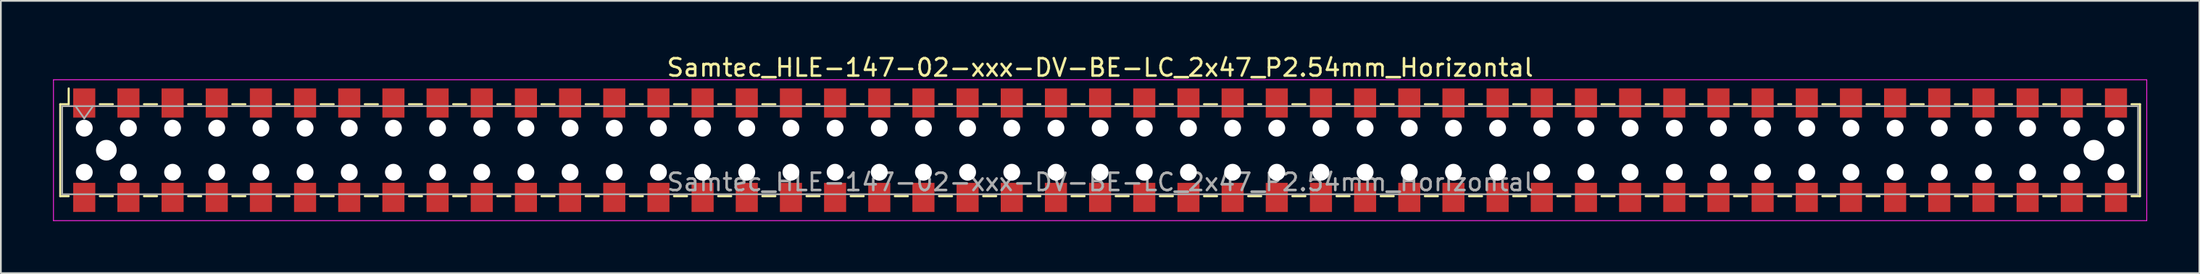
<source format=kicad_pcb>
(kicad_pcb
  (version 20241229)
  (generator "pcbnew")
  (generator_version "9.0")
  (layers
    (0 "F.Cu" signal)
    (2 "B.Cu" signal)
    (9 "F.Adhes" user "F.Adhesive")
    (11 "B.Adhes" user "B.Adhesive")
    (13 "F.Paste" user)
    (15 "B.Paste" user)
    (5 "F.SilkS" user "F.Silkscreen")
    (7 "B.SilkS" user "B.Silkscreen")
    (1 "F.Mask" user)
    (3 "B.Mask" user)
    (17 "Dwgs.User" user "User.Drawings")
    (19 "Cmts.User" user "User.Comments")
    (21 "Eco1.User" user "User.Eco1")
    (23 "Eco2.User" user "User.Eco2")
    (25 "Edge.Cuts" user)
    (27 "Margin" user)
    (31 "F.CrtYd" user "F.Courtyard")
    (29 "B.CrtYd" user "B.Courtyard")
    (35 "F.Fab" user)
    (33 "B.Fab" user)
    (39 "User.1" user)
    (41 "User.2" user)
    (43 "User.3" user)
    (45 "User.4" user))
  (footprint "Samtec_HLE-147-02-xxx-DV-BE-LC_2x47_P2.54mm_Horizontal"
    (layer "F.Cu")
    (at 60.215 5.608)
    (property "Reference" "Samtec_HLE-147-02-xxx-DV-BE-LC_2x47_P2.54mm_Horizontal" (at 0 -4.76 0) (layer "F.SilkS") (effects (font (size 1 1) (thickness 0.15))))
    (attr smd)
    (fp_line (start -59.8 -2.65) (end -59.8 2.65) (stroke (width 0.12) (type solid)) (layer "F.SilkS"))
    (fp_line (start -59.8 2.65) (end -59.315 2.65) (stroke (width 0.12) (type solid)) (layer "F.SilkS"))
    (fp_line (start -59.315 -3.56) (end -59.315 -2.65) (stroke (width 0.12) (type solid)) (layer "F.SilkS"))
    (fp_line (start -59.315 -2.65) (end -59.8 -2.65) (stroke (width 0.12) (type solid)) (layer "F.SilkS"))
    (fp_line (start -57.525 -2.65) (end -56.775 -2.65) (stroke (width 0.12) (type solid)) (layer "F.SilkS"))
    (fp_line (start -57.525 2.65) (end -56.775 2.65) (stroke (width 0.12) (type solid)) (layer "F.SilkS"))
    (fp_line (start -54.985 -2.65) (end -54.235 -2.65) (stroke (width 0.12) (type solid)) (layer "F.SilkS"))
    (fp_line (start -54.985 2.65) (end -54.235 2.65) (stroke (width 0.12) (type solid)) (layer "F.SilkS"))
    (fp_line (start -52.445 -2.65) (end -51.695 -2.65) (stroke (width 0.12) (type solid)) (layer "F.SilkS"))
    (fp_line (start -52.445 2.65) (end -51.695 2.65) (stroke (width 0.12) (type solid)) (layer "F.SilkS"))
    (fp_line (start -49.905 -2.65) (end -49.155 -2.65) (stroke (width 0.12) (type solid)) (layer "F.SilkS"))
    (fp_line (start -49.905 2.65) (end -49.155 2.65) (stroke (width 0.12) (type solid)) (layer "F.SilkS"))
    (fp_line (start -47.365 -2.65) (end -46.615 -2.65) (stroke (width 0.12) (type solid)) (layer "F.SilkS"))
    (fp_line (start -47.365 2.65) (end -46.615 2.65) (stroke (width 0.12) (type solid)) (layer "F.SilkS"))
    (fp_line (start -44.825 -2.65) (end -44.075 -2.65) (stroke (width 0.12) (type solid)) (layer "F.SilkS"))
    (fp_line (start -44.825 2.65) (end -44.075 2.65) (stroke (width 0.12) (type solid)) (layer "F.SilkS"))
    (fp_line (start -42.285 -2.65) (end -41.535 -2.65) (stroke (width 0.12) (type solid)) (layer "F.SilkS"))
    (fp_line (start -42.285 2.65) (end -41.535 2.65) (stroke (width 0.12) (type solid)) (layer "F.SilkS"))
    (fp_line (start -39.745 -2.65) (end -38.995 -2.65) (stroke (width 0.12) (type solid)) (layer "F.SilkS"))
    (fp_line (start -39.745 2.65) (end -38.995 2.65) (stroke (width 0.12) (type solid)) (layer "F.SilkS"))
    (fp_line (start -37.205 -2.65) (end -36.455 -2.65) (stroke (width 0.12) (type solid)) (layer "F.SilkS"))
    (fp_line (start -37.205 2.65) (end -36.455 2.65) (stroke (width 0.12) (type solid)) (layer "F.SilkS"))
    (fp_line (start -34.665 -2.65) (end -33.915 -2.65) (stroke (width 0.12) (type solid)) (layer "F.SilkS"))
    (fp_line (start -34.665 2.65) (end -33.915 2.65) (stroke (width 0.12) (type solid)) (layer "F.SilkS"))
    (fp_line (start -32.125 -2.65) (end -31.375 -2.65) (stroke (width 0.12) (type solid)) (layer "F.SilkS"))
    (fp_line (start -32.125 2.65) (end -31.375 2.65) (stroke (width 0.12) (type solid)) (layer "F.SilkS"))
    (fp_line (start -29.585 -2.65) (end -28.835 -2.65) (stroke (width 0.12) (type solid)) (layer "F.SilkS"))
    (fp_line (start -29.585 2.65) (end -28.835 2.65) (stroke (width 0.12) (type solid)) (layer "F.SilkS"))
    (fp_line (start -27.045 -2.65) (end -26.295 -2.65) (stroke (width 0.12) (type solid)) (layer "F.SilkS"))
    (fp_line (start -27.045 2.65) (end -26.295 2.65) (stroke (width 0.12) (type solid)) (layer "F.SilkS"))
    (fp_line (start -24.505 -2.65) (end -23.755 -2.65) (stroke (width 0.12) (type solid)) (layer "F.SilkS"))
    (fp_line (start -24.505 2.65) (end -23.755 2.65) (stroke (width 0.12) (type solid)) (layer "F.SilkS"))
    (fp_line (start -21.965 -2.65) (end -21.215 -2.65) (stroke (width 0.12) (type solid)) (layer "F.SilkS"))
    (fp_line (start -21.965 2.65) (end -21.215 2.65) (stroke (width 0.12) (type solid)) (layer "F.SilkS"))
    (fp_line (start -19.425 -2.65) (end -18.675 -2.65) (stroke (width 0.12) (type solid)) (layer "F.SilkS"))
    (fp_line (start -19.425 2.65) (end -18.675 2.65) (stroke (width 0.12) (type solid)) (layer "F.SilkS"))
    (fp_line (start -16.885 -2.65) (end -16.135 -2.65) (stroke (width 0.12) (type solid)) (layer "F.SilkS"))
    (fp_line (start -16.885 2.65) (end -16.135 2.65) (stroke (width 0.12) (type solid)) (layer "F.SilkS"))
    (fp_line (start -14.345 -2.65) (end -13.595 -2.65) (stroke (width 0.12) (type solid)) (layer "F.SilkS"))
    (fp_line (start -14.345 2.65) (end -13.595 2.65) (stroke (width 0.12) (type solid)) (layer "F.SilkS"))
    (fp_line (start -11.805 -2.65) (end -11.055 -2.65) (stroke (width 0.12) (type solid)) (layer "F.SilkS"))
    (fp_line (start -11.805 2.65) (end -11.055 2.65) (stroke (width 0.12) (type solid)) (layer "F.SilkS"))
    (fp_line (start -9.265 -2.65) (end -8.515 -2.65) (stroke (width 0.12) (type solid)) (layer "F.SilkS"))
    (fp_line (start -9.265 2.65) (end -8.515 2.65) (stroke (width 0.12) (type solid)) (layer "F.SilkS"))
    (fp_line (start -6.725 -2.65) (end -5.975 -2.65) (stroke (width 0.12) (type solid)) (layer "F.SilkS"))
    (fp_line (start -6.725 2.65) (end -5.975 2.65) (stroke (width 0.12) (type solid)) (layer "F.SilkS"))
    (fp_line (start -4.185 -2.65) (end -3.435 -2.65) (stroke (width 0.12) (type solid)) (layer "F.SilkS"))
    (fp_line (start -4.185 2.65) (end -3.435 2.65) (stroke (width 0.12) (type solid)) (layer "F.SilkS"))
    (fp_line (start -1.645 -2.65) (end -0.895 -2.65) (stroke (width 0.12) (type solid)) (layer "F.SilkS"))
    (fp_line (start -1.645 2.65) (end -0.895 2.65) (stroke (width 0.12) (type solid)) (layer "F.SilkS"))
    (fp_line (start 0.895 -2.65) (end 1.645 -2.65) (stroke (width 0.12) (type solid)) (layer "F.SilkS"))
    (fp_line (start 0.895 2.65) (end 1.645 2.65) (stroke (width 0.12) (type solid)) (layer "F.SilkS"))
    (fp_line (start 3.435 -2.65) (end 4.185 -2.65) (stroke (width 0.12) (type solid)) (layer "F.SilkS"))
    (fp_line (start 3.435 2.65) (end 4.185 2.65) (stroke (width 0.12) (type solid)) (layer "F.SilkS"))
    (fp_line (start 5.975 -2.65) (end 6.725 -2.65) (stroke (width 0.12) (type solid)) (layer "F.SilkS"))
    (fp_line (start 5.975 2.65) (end 6.725 2.65) (stroke (width 0.12) (type solid)) (layer "F.SilkS"))
    (fp_line (start 8.515 -2.65) (end 9.265 -2.65) (stroke (width 0.12) (type solid)) (layer "F.SilkS"))
    (fp_line (start 8.515 2.65) (end 9.265 2.65) (stroke (width 0.12) (type solid)) (layer "F.SilkS"))
    (fp_line (start 11.055 -2.65) (end 11.805 -2.65) (stroke (width 0.12) (type solid)) (layer "F.SilkS"))
    (fp_line (start 11.055 2.65) (end 11.805 2.65) (stroke (width 0.12) (type solid)) (layer "F.SilkS"))
    (fp_line (start 13.595 -2.65) (end 14.345 -2.65) (stroke (width 0.12) (type solid)) (layer "F.SilkS"))
    (fp_line (start 13.595 2.65) (end 14.345 2.65) (stroke (width 0.12) (type solid)) (layer "F.SilkS"))
    (fp_line (start 16.135 -2.65) (end 16.885 -2.65) (stroke (width 0.12) (type solid)) (layer "F.SilkS"))
    (fp_line (start 16.135 2.65) (end 16.885 2.65) (stroke (width 0.12) (type solid)) (layer "F.SilkS"))
    (fp_line (start 18.675 -2.65) (end 19.425 -2.65) (stroke (width 0.12) (type solid)) (layer "F.SilkS"))
    (fp_line (start 18.675 2.65) (end 19.425 2.65) (stroke (width 0.12) (type solid)) (layer "F.SilkS"))
    (fp_line (start 21.215 -2.65) (end 21.965 -2.65) (stroke (width 0.12) (type solid)) (layer "F.SilkS"))
    (fp_line (start 21.215 2.65) (end 21.965 2.65) (stroke (width 0.12) (type solid)) (layer "F.SilkS"))
    (fp_line (start 23.755 -2.65) (end 24.505 -2.65) (stroke (width 0.12) (type solid)) (layer "F.SilkS"))
    (fp_line (start 23.755 2.65) (end 24.505 2.65) (stroke (width 0.12) (type solid)) (layer "F.SilkS"))
    (fp_line (start 26.295 -2.65) (end 27.045 -2.65) (stroke (width 0.12) (type solid)) (layer "F.SilkS"))
    (fp_line (start 26.295 2.65) (end 27.045 2.65) (stroke (width 0.12) (type solid)) (layer "F.SilkS"))
    (fp_line (start 28.835 -2.65) (end 29.585 -2.65) (stroke (width 0.12) (type solid)) (layer "F.SilkS"))
    (fp_line (start 28.835 2.65) (end 29.585 2.65) (stroke (width 0.12) (type solid)) (layer "F.SilkS"))
    (fp_line (start 31.375 -2.65) (end 32.125 -2.65) (stroke (width 0.12) (type solid)) (layer "F.SilkS"))
    (fp_line (start 31.375 2.65) (end 32.125 2.65) (stroke (width 0.12) (type solid)) (layer "F.SilkS"))
    (fp_line (start 33.915 -2.65) (end 34.665 -2.65) (stroke (width 0.12) (type solid)) (layer "F.SilkS"))
    (fp_line (start 33.915 2.65) (end 34.665 2.65) (stroke (width 0.12) (type solid)) (layer "F.SilkS"))
    (fp_line (start 36.455 -2.65) (end 37.205 -2.65) (stroke (width 0.12) (type solid)) (layer "F.SilkS"))
    (fp_line (start 36.455 2.65) (end 37.205 2.65) (stroke (width 0.12) (type solid)) (layer "F.SilkS"))
    (fp_line (start 38.995 -2.65) (end 39.745 -2.65) (stroke (width 0.12) (type solid)) (layer "F.SilkS"))
    (fp_line (start 38.995 2.65) (end 39.745 2.65) (stroke (width 0.12) (type solid)) (layer "F.SilkS"))
    (fp_line (start 41.535 -2.65) (end 42.285 -2.65) (stroke (width 0.12) (type solid)) (layer "F.SilkS"))
    (fp_line (start 41.535 2.65) (end 42.285 2.65) (stroke (width 0.12) (type solid)) (layer "F.SilkS"))
    (fp_line (start 44.075 -2.65) (end 44.825 -2.65) (stroke (width 0.12) (type solid)) (layer "F.SilkS"))
    (fp_line (start 44.075 2.65) (end 44.825 2.65) (stroke (width 0.12) (type solid)) (layer "F.SilkS"))
    (fp_line (start 46.615 -2.65) (end 47.365 -2.65) (stroke (width 0.12) (type solid)) (layer "F.SilkS"))
    (fp_line (start 46.615 2.65) (end 47.365 2.65) (stroke (width 0.12) (type solid)) (layer "F.SilkS"))
    (fp_line (start 49.155 -2.65) (end 49.905 -2.65) (stroke (width 0.12) (type solid)) (layer "F.SilkS"))
    (fp_line (start 49.155 2.65) (end 49.905 2.65) (stroke (width 0.12) (type solid)) (layer "F.SilkS"))
    (fp_line (start 51.695 -2.65) (end 52.445 -2.65) (stroke (width 0.12) (type solid)) (layer "F.SilkS"))
    (fp_line (start 51.695 2.65) (end 52.445 2.65) (stroke (width 0.12) (type solid)) (layer "F.SilkS"))
    (fp_line (start 54.235 -2.65) (end 54.985 -2.65) (stroke (width 0.12) (type solid)) (layer "F.SilkS"))
    (fp_line (start 54.235 2.65) (end 54.985 2.65) (stroke (width 0.12) (type solid)) (layer "F.SilkS"))
    (fp_line (start 56.775 -2.65) (end 57.525 -2.65) (stroke (width 0.12) (type solid)) (layer "F.SilkS"))
    (fp_line (start 56.775 2.65) (end 57.525 2.65) (stroke (width 0.12) (type solid)) (layer "F.SilkS"))
    (fp_line (start 59.315 -2.65) (end 59.8 -2.65) (stroke (width 0.12) (type solid)) (layer "F.SilkS"))
    (fp_line (start 59.8 -2.65) (end 59.8 2.65) (stroke (width 0.12) (type solid)) (layer "F.SilkS"))
    (fp_line (start 59.8 2.65) (end 59.315 2.65) (stroke (width 0.12) (type solid)) (layer "F.SilkS"))
    (fp_line (start -60.19 -4.06) (end 60.19 -4.06) (stroke (width 0.05) (type solid)) (layer "F.CrtYd"))
    (fp_line (start -60.19 4.06) (end -60.19 -4.06) (stroke (width 0.05) (type solid)) (layer "F.CrtYd"))
    (fp_line (start 60.19 -4.06) (end 60.19 4.06) (stroke (width 0.05) (type solid)) (layer "F.CrtYd"))
    (fp_line (start 60.19 4.06) (end -60.19 4.06) (stroke (width 0.05) (type solid)) (layer "F.CrtYd"))
    (fp_line (start -59.69 -2.54) (end 59.69 -2.54) (stroke (width 0.1) (type solid)) (layer "F.Fab"))
    (fp_line (start -59.69 2.54) (end -59.69 -2.54) (stroke (width 0.1) (type solid)) (layer "F.Fab"))
    (fp_line (start -58.92 -2.54) (end -58.42 -1.833) (stroke (width 0.1) (type solid)) (layer "F.Fab"))
    (fp_line (start -58.42 -1.833) (end -57.92 -2.54) (stroke (width 0.1) (type solid)) (layer "F.Fab"))
    (fp_line (start 59.69 -2.54) (end 59.69 2.54) (stroke (width 0.1) (type solid)) (layer "F.Fab"))
    (fp_line (start 59.69 2.54) (end -59.69 2.54) (stroke (width 0.1) (type solid)) (layer "F.Fab"))
    (fp_text user "${REFERENCE}" (at 0 1.84 0) (layer "F.Fab") (effects (font (size 1 1) (thickness 0.15))))
    (pad "" np_thru_hole circle (at -58.42 -1.27) (size 0.97 0.97) (drill 0.97) (layers "*.Cu" "*.Mask"))
    (pad "" np_thru_hole circle (at -58.42 1.27) (size 0.97 0.97) (drill 0.97) (layers "*.Cu" "*.Mask"))
    (pad "" np_thru_hole circle (at -57.15 0) (size 1.19 1.19) (drill 1.19) (layers "*.Cu" "*.Mask"))
    (pad "" np_thru_hole circle (at -55.88 -1.27) (size 0.97 0.97) (drill 0.97) (layers "*.Cu" "*.Mask"))
    (pad "" np_thru_hole circle (at -55.88 1.27) (size 0.97 0.97) (drill 0.97) (layers "*.Cu" "*.Mask"))
    (pad "" np_thru_hole circle (at -53.34 -1.27) (size 0.97 0.97) (drill 0.97) (layers "*.Cu" "*.Mask"))
    (pad "" np_thru_hole circle (at -53.34 1.27) (size 0.97 0.97) (drill 0.97) (layers "*.Cu" "*.Mask"))
    (pad "" np_thru_hole circle (at -50.8 -1.27) (size 0.97 0.97) (drill 0.97) (layers "*.Cu" "*.Mask"))
    (pad "" np_thru_hole circle (at -50.8 1.27) (size 0.97 0.97) (drill 0.97) (layers "*.Cu" "*.Mask"))
    (pad "" np_thru_hole circle (at -48.26 -1.27) (size 0.97 0.97) (drill 0.97) (layers "*.Cu" "*.Mask"))
    (pad "" np_thru_hole circle (at -48.26 1.27) (size 0.97 0.97) (drill 0.97) (layers "*.Cu" "*.Mask"))
    (pad "" np_thru_hole circle (at -45.72 -1.27) (size 0.97 0.97) (drill 0.97) (layers "*.Cu" "*.Mask"))
    (pad "" np_thru_hole circle (at -45.72 1.27) (size 0.97 0.97) (drill 0.97) (layers "*.Cu" "*.Mask"))
    (pad "" np_thru_hole circle (at -43.18 -1.27) (size 0.97 0.97) (drill 0.97) (layers "*.Cu" "*.Mask"))
    (pad "" np_thru_hole circle (at -43.18 1.27) (size 0.97 0.97) (drill 0.97) (layers "*.Cu" "*.Mask"))
    (pad "" np_thru_hole circle (at -40.64 -1.27) (size 0.97 0.97) (drill 0.97) (layers "*.Cu" "*.Mask"))
    (pad "" np_thru_hole circle (at -40.64 1.27) (size 0.97 0.97) (drill 0.97) (layers "*.Cu" "*.Mask"))
    (pad "" np_thru_hole circle (at -38.1 -1.27) (size 0.97 0.97) (drill 0.97) (layers "*.Cu" "*.Mask"))
    (pad "" np_thru_hole circle (at -38.1 1.27) (size 0.97 0.97) (drill 0.97) (layers "*.Cu" "*.Mask"))
    (pad "" np_thru_hole circle (at -35.56 -1.27) (size 0.97 0.97) (drill 0.97) (layers "*.Cu" "*.Mask"))
    (pad "" np_thru_hole circle (at -35.56 1.27) (size 0.97 0.97) (drill 0.97) (layers "*.Cu" "*.Mask"))
    (pad "" np_thru_hole circle (at -33.02 -1.27) (size 0.97 0.97) (drill 0.97) (layers "*.Cu" "*.Mask"))
    (pad "" np_thru_hole circle (at -33.02 1.27) (size 0.97 0.97) (drill 0.97) (layers "*.Cu" "*.Mask"))
    (pad "" np_thru_hole circle (at -30.48 -1.27) (size 0.97 0.97) (drill 0.97) (layers "*.Cu" "*.Mask"))
    (pad "" np_thru_hole circle (at -30.48 1.27) (size 0.97 0.97) (drill 0.97) (layers "*.Cu" "*.Mask"))
    (pad "" np_thru_hole circle (at -27.94 -1.27) (size 0.97 0.97) (drill 0.97) (layers "*.Cu" "*.Mask"))
    (pad "" np_thru_hole circle (at -27.94 1.27) (size 0.97 0.97) (drill 0.97) (layers "*.Cu" "*.Mask"))
    (pad "" np_thru_hole circle (at -25.4 -1.27) (size 0.97 0.97) (drill 0.97) (layers "*.Cu" "*.Mask"))
    (pad "" np_thru_hole circle (at -25.4 1.27) (size 0.97 0.97) (drill 0.97) (layers "*.Cu" "*.Mask"))
    (pad "" np_thru_hole circle (at -22.86 -1.27) (size 0.97 0.97) (drill 0.97) (layers "*.Cu" "*.Mask"))
    (pad "" np_thru_hole circle (at -22.86 1.27) (size 0.97 0.97) (drill 0.97) (layers "*.Cu" "*.Mask"))
    (pad "" np_thru_hole circle (at -20.32 -1.27) (size 0.97 0.97) (drill 0.97) (layers "*.Cu" "*.Mask"))
    (pad "" np_thru_hole circle (at -20.32 1.27) (size 0.97 0.97) (drill 0.97) (layers "*.Cu" "*.Mask"))
    (pad "" np_thru_hole circle (at -17.78 -1.27) (size 0.97 0.97) (drill 0.97) (layers "*.Cu" "*.Mask"))
    (pad "" np_thru_hole circle (at -17.78 1.27) (size 0.97 0.97) (drill 0.97) (layers "*.Cu" "*.Mask"))
    (pad "" np_thru_hole circle (at -15.24 -1.27) (size 0.97 0.97) (drill 0.97) (layers "*.Cu" "*.Mask"))
    (pad "" np_thru_hole circle (at -15.24 1.27) (size 0.97 0.97) (drill 0.97) (layers "*.Cu" "*.Mask"))
    (pad "" np_thru_hole circle (at -12.7 -1.27) (size 0.97 0.97) (drill 0.97) (layers "*.Cu" "*.Mask"))
    (pad "" np_thru_hole circle (at -12.7 1.27) (size 0.97 0.97) (drill 0.97) (layers "*.Cu" "*.Mask"))
    (pad "" np_thru_hole circle (at -10.16 -1.27) (size 0.97 0.97) (drill 0.97) (layers "*.Cu" "*.Mask"))
    (pad "" np_thru_hole circle (at -10.16 1.27) (size 0.97 0.97) (drill 0.97) (layers "*.Cu" "*.Mask"))
    (pad "" np_thru_hole circle (at -7.62 -1.27) (size 0.97 0.97) (drill 0.97) (layers "*.Cu" "*.Mask"))
    (pad "" np_thru_hole circle (at -7.62 1.27) (size 0.97 0.97) (drill 0.97) (layers "*.Cu" "*.Mask"))
    (pad "" np_thru_hole circle (at -5.08 -1.27) (size 0.97 0.97) (drill 0.97) (layers "*.Cu" "*.Mask"))
    (pad "" np_thru_hole circle (at -5.08 1.27) (size 0.97 0.97) (drill 0.97) (layers "*.Cu" "*.Mask"))
    (pad "" np_thru_hole circle (at -2.54 -1.27) (size 0.97 0.97) (drill 0.97) (layers "*.Cu" "*.Mask"))
    (pad "" np_thru_hole circle (at -2.54 1.27) (size 0.97 0.97) (drill 0.97) (layers "*.Cu" "*.Mask"))
    (pad "" np_thru_hole circle (at 0 -1.27) (size 0.97 0.97) (drill 0.97) (layers "*.Cu" "*.Mask"))
    (pad "" np_thru_hole circle (at 0 1.27) (size 0.97 0.97) (drill 0.97) (layers "*.Cu" "*.Mask"))
    (pad "" np_thru_hole circle (at 2.54 -1.27) (size 0.97 0.97) (drill 0.97) (layers "*.Cu" "*.Mask"))
    (pad "" np_thru_hole circle (at 2.54 1.27) (size 0.97 0.97) (drill 0.97) (layers "*.Cu" "*.Mask"))
    (pad "" np_thru_hole circle (at 5.08 -1.27) (size 0.97 0.97) (drill 0.97) (layers "*.Cu" "*.Mask"))
    (pad "" np_thru_hole circle (at 5.08 1.27) (size 0.97 0.97) (drill 0.97) (layers "*.Cu" "*.Mask"))
    (pad "" np_thru_hole circle (at 7.62 -1.27) (size 0.97 0.97) (drill 0.97) (layers "*.Cu" "*.Mask"))
    (pad "" np_thru_hole circle (at 7.62 1.27) (size 0.97 0.97) (drill 0.97) (layers "*.Cu" "*.Mask"))
    (pad "" np_thru_hole circle (at 10.16 -1.27) (size 0.97 0.97) (drill 0.97) (layers "*.Cu" "*.Mask"))
    (pad "" np_thru_hole circle (at 10.16 1.27) (size 0.97 0.97) (drill 0.97) (layers "*.Cu" "*.Mask"))
    (pad "" np_thru_hole circle (at 12.7 -1.27) (size 0.97 0.97) (drill 0.97) (layers "*.Cu" "*.Mask"))
    (pad "" np_thru_hole circle (at 12.7 1.27) (size 0.97 0.97) (drill 0.97) (layers "*.Cu" "*.Mask"))
    (pad "" np_thru_hole circle (at 15.24 -1.27) (size 0.97 0.97) (drill 0.97) (layers "*.Cu" "*.Mask"))
    (pad "" np_thru_hole circle (at 15.24 1.27) (size 0.97 0.97) (drill 0.97) (layers "*.Cu" "*.Mask"))
    (pad "" np_thru_hole circle (at 17.78 -1.27) (size 0.97 0.97) (drill 0.97) (layers "*.Cu" "*.Mask"))
    (pad "" np_thru_hole circle (at 17.78 1.27) (size 0.97 0.97) (drill 0.97) (layers "*.Cu" "*.Mask"))
    (pad "" np_thru_hole circle (at 20.32 -1.27) (size 0.97 0.97) (drill 0.97) (layers "*.Cu" "*.Mask"))
    (pad "" np_thru_hole circle (at 20.32 1.27) (size 0.97 0.97) (drill 0.97) (layers "*.Cu" "*.Mask"))
    (pad "" np_thru_hole circle (at 22.86 -1.27) (size 0.97 0.97) (drill 0.97) (layers "*.Cu" "*.Mask"))
    (pad "" np_thru_hole circle (at 22.86 1.27) (size 0.97 0.97) (drill 0.97) (layers "*.Cu" "*.Mask"))
    (pad "" np_thru_hole circle (at 25.4 -1.27) (size 0.97 0.97) (drill 0.97) (layers "*.Cu" "*.Mask"))
    (pad "" np_thru_hole circle (at 25.4 1.27) (size 0.97 0.97) (drill 0.97) (layers "*.Cu" "*.Mask"))
    (pad "" np_thru_hole circle (at 27.94 -1.27) (size 0.97 0.97) (drill 0.97) (layers "*.Cu" "*.Mask"))
    (pad "" np_thru_hole circle (at 27.94 1.27) (size 0.97 0.97) (drill 0.97) (layers "*.Cu" "*.Mask"))
    (pad "" np_thru_hole circle (at 30.48 -1.27) (size 0.97 0.97) (drill 0.97) (layers "*.Cu" "*.Mask"))
    (pad "" np_thru_hole circle (at 30.48 1.27) (size 0.97 0.97) (drill 0.97) (layers "*.Cu" "*.Mask"))
    (pad "" np_thru_hole circle (at 33.02 -1.27) (size 0.97 0.97) (drill 0.97) (layers "*.Cu" "*.Mask"))
    (pad "" np_thru_hole circle (at 33.02 1.27) (size 0.97 0.97) (drill 0.97) (layers "*.Cu" "*.Mask"))
    (pad "" np_thru_hole circle (at 35.56 -1.27) (size 0.97 0.97) (drill 0.97) (layers "*.Cu" "*.Mask"))
    (pad "" np_thru_hole circle (at 35.56 1.27) (size 0.97 0.97) (drill 0.97) (layers "*.Cu" "*.Mask"))
    (pad "" np_thru_hole circle (at 38.1 -1.27) (size 0.97 0.97) (drill 0.97) (layers "*.Cu" "*.Mask"))
    (pad "" np_thru_hole circle (at 38.1 1.27) (size 0.97 0.97) (drill 0.97) (layers "*.Cu" "*.Mask"))
    (pad "" np_thru_hole circle (at 40.64 -1.27) (size 0.97 0.97) (drill 0.97) (layers "*.Cu" "*.Mask"))
    (pad "" np_thru_hole circle (at 40.64 1.27) (size 0.97 0.97) (drill 0.97) (layers "*.Cu" "*.Mask"))
    (pad "" np_thru_hole circle (at 43.18 -1.27) (size 0.97 0.97) (drill 0.97) (layers "*.Cu" "*.Mask"))
    (pad "" np_thru_hole circle (at 43.18 1.27) (size 0.97 0.97) (drill 0.97) (layers "*.Cu" "*.Mask"))
    (pad "" np_thru_hole circle (at 45.72 -1.27) (size 0.97 0.97) (drill 0.97) (layers "*.Cu" "*.Mask"))
    (pad "" np_thru_hole circle (at 45.72 1.27) (size 0.97 0.97) (drill 0.97) (layers "*.Cu" "*.Mask"))
    (pad "" np_thru_hole circle (at 48.26 -1.27) (size 0.97 0.97) (drill 0.97) (layers "*.Cu" "*.Mask"))
    (pad "" np_thru_hole circle (at 48.26 1.27) (size 0.97 0.97) (drill 0.97) (layers "*.Cu" "*.Mask"))
    (pad "" np_thru_hole circle (at 50.8 -1.27) (size 0.97 0.97) (drill 0.97) (layers "*.Cu" "*.Mask"))
    (pad "" np_thru_hole circle (at 50.8 1.27) (size 0.97 0.97) (drill 0.97) (layers "*.Cu" "*.Mask"))
    (pad "" np_thru_hole circle (at 53.34 -1.27) (size 0.97 0.97) (drill 0.97) (layers "*.Cu" "*.Mask"))
    (pad "" np_thru_hole circle (at 53.34 1.27) (size 0.97 0.97) (drill 0.97) (layers "*.Cu" "*.Mask"))
    (pad "" np_thru_hole circle (at 55.88 -1.27) (size 0.97 0.97) (drill 0.97) (layers "*.Cu" "*.Mask"))
    (pad "" np_thru_hole circle (at 55.88 1.27) (size 0.97 0.97) (drill 0.97) (layers "*.Cu" "*.Mask"))
    (pad "" np_thru_hole circle (at 57.15 0) (size 1.19 1.19) (drill 1.19) (layers "*.Cu" "*.Mask"))
    (pad "" np_thru_hole circle (at 58.42 -1.27) (size 0.97 0.97) (drill 0.97) (layers "*.Cu" "*.Mask"))
    (pad "" np_thru_hole circle (at 58.42 1.27) (size 0.97 0.97) (drill 0.97) (layers "*.Cu" "*.Mask"))
    (pad "1" smd rect (at -58.42 -2.72) (size 1.27 1.68) (layers "F.Cu" "F.Mask" "F.Paste"))
    (pad "2" smd rect (at -58.42 2.72) (size 1.27 1.68) (layers "F.Cu" "F.Mask" "F.Paste"))
    (pad "3" smd rect (at -55.88 -2.72) (size 1.27 1.68) (layers "F.Cu" "F.Mask" "F.Paste"))
    (pad "4" smd rect (at -55.88 2.72) (size 1.27 1.68) (layers "F.Cu" "F.Mask" "F.Paste"))
    (pad "5" smd rect (at -53.34 -2.72) (size 1.27 1.68) (layers "F.Cu" "F.Mask" "F.Paste"))
    (pad "6" smd rect (at -53.34 2.72) (size 1.27 1.68) (layers "F.Cu" "F.Mask" "F.Paste"))
    (pad "7" smd rect (at -50.8 -2.72) (size 1.27 1.68) (layers "F.Cu" "F.Mask" "F.Paste"))
    (pad "8" smd rect (at -50.8 2.72) (size 1.27 1.68) (layers "F.Cu" "F.Mask" "F.Paste"))
    (pad "9" smd rect (at -48.26 -2.72) (size 1.27 1.68) (layers "F.Cu" "F.Mask" "F.Paste"))
    (pad "10" smd rect (at -48.26 2.72) (size 1.27 1.68) (layers "F.Cu" "F.Mask" "F.Paste"))
    (pad "11" smd rect (at -45.72 -2.72) (size 1.27 1.68) (layers "F.Cu" "F.Mask" "F.Paste"))
    (pad "12" smd rect (at -45.72 2.72) (size 1.27 1.68) (layers "F.Cu" "F.Mask" "F.Paste"))
    (pad "13" smd rect (at -43.18 -2.72) (size 1.27 1.68) (layers "F.Cu" "F.Mask" "F.Paste"))
    (pad "14" smd rect (at -43.18 2.72) (size 1.27 1.68) (layers "F.Cu" "F.Mask" "F.Paste"))
    (pad "15" smd rect (at -40.64 -2.72) (size 1.27 1.68) (layers "F.Cu" "F.Mask" "F.Paste"))
    (pad "16" smd rect (at -40.64 2.72) (size 1.27 1.68) (layers "F.Cu" "F.Mask" "F.Paste"))
    (pad "17" smd rect (at -38.1 -2.72) (size 1.27 1.68) (layers "F.Cu" "F.Mask" "F.Paste"))
    (pad "18" smd rect (at -38.1 2.72) (size 1.27 1.68) (layers "F.Cu" "F.Mask" "F.Paste"))
    (pad "19" smd rect (at -35.56 -2.72) (size 1.27 1.68) (layers "F.Cu" "F.Mask" "F.Paste"))
    (pad "20" smd rect (at -35.56 2.72) (size 1.27 1.68) (layers "F.Cu" "F.Mask" "F.Paste"))
    (pad "21" smd rect (at -33.02 -2.72) (size 1.27 1.68) (layers "F.Cu" "F.Mask" "F.Paste"))
    (pad "22" smd rect (at -33.02 2.72) (size 1.27 1.68) (layers "F.Cu" "F.Mask" "F.Paste"))
    (pad "23" smd rect (at -30.48 -2.72) (size 1.27 1.68) (layers "F.Cu" "F.Mask" "F.Paste"))
    (pad "24" smd rect (at -30.48 2.72) (size 1.27 1.68) (layers "F.Cu" "F.Mask" "F.Paste"))
    (pad "25" smd rect (at -27.94 -2.72) (size 1.27 1.68) (layers "F.Cu" "F.Mask" "F.Paste"))
    (pad "26" smd rect (at -27.94 2.72) (size 1.27 1.68) (layers "F.Cu" "F.Mask" "F.Paste"))
    (pad "27" smd rect (at -25.4 -2.72) (size 1.27 1.68) (layers "F.Cu" "F.Mask" "F.Paste"))
    (pad "28" smd rect (at -25.4 2.72) (size 1.27 1.68) (layers "F.Cu" "F.Mask" "F.Paste"))
    (pad "29" smd rect (at -22.86 -2.72) (size 1.27 1.68) (layers "F.Cu" "F.Mask" "F.Paste"))
    (pad "30" smd rect (at -22.86 2.72) (size 1.27 1.68) (layers "F.Cu" "F.Mask" "F.Paste"))
    (pad "31" smd rect (at -20.32 -2.72) (size 1.27 1.68) (layers "F.Cu" "F.Mask" "F.Paste"))
    (pad "32" smd rect (at -20.32 2.72) (size 1.27 1.68) (layers "F.Cu" "F.Mask" "F.Paste"))
    (pad "33" smd rect (at -17.78 -2.72) (size 1.27 1.68) (layers "F.Cu" "F.Mask" "F.Paste"))
    (pad "34" smd rect (at -17.78 2.72) (size 1.27 1.68) (layers "F.Cu" "F.Mask" "F.Paste"))
    (pad "35" smd rect (at -15.24 -2.72) (size 1.27 1.68) (layers "F.Cu" "F.Mask" "F.Paste"))
    (pad "36" smd rect (at -15.24 2.72) (size 1.27 1.68) (layers "F.Cu" "F.Mask" "F.Paste"))
    (pad "37" smd rect (at -12.7 -2.72) (size 1.27 1.68) (layers "F.Cu" "F.Mask" "F.Paste"))
    (pad "38" smd rect (at -12.7 2.72) (size 1.27 1.68) (layers "F.Cu" "F.Mask" "F.Paste"))
    (pad "39" smd rect (at -10.16 -2.72) (size 1.27 1.68) (layers "F.Cu" "F.Mask" "F.Paste"))
    (pad "40" smd rect (at -10.16 2.72) (size 1.27 1.68) (layers "F.Cu" "F.Mask" "F.Paste"))
    (pad "41" smd rect (at -7.62 -2.72) (size 1.27 1.68) (layers "F.Cu" "F.Mask" "F.Paste"))
    (pad "42" smd rect (at -7.62 2.72) (size 1.27 1.68) (layers "F.Cu" "F.Mask" "F.Paste"))
    (pad "43" smd rect (at -5.08 -2.72) (size 1.27 1.68) (layers "F.Cu" "F.Mask" "F.Paste"))
    (pad "44" smd rect (at -5.08 2.72) (size 1.27 1.68) (layers "F.Cu" "F.Mask" "F.Paste"))
    (pad "45" smd rect (at -2.54 -2.72) (size 1.27 1.68) (layers "F.Cu" "F.Mask" "F.Paste"))
    (pad "46" smd rect (at -2.54 2.72) (size 1.27 1.68) (layers "F.Cu" "F.Mask" "F.Paste"))
    (pad "47" smd rect (at 0 -2.72) (size 1.27 1.68) (layers "F.Cu" "F.Mask" "F.Paste"))
    (pad "48" smd rect (at 0 2.72) (size 1.27 1.68) (layers "F.Cu" "F.Mask" "F.Paste"))
    (pad "49" smd rect (at 2.54 -2.72) (size 1.27 1.68) (layers "F.Cu" "F.Mask" "F.Paste"))
    (pad "50" smd rect (at 2.54 2.72) (size 1.27 1.68) (layers "F.Cu" "F.Mask" "F.Paste"))
    (pad "51" smd rect (at 5.08 -2.72) (size 1.27 1.68) (layers "F.Cu" "F.Mask" "F.Paste"))
    (pad "52" smd rect (at 5.08 2.72) (size 1.27 1.68) (layers "F.Cu" "F.Mask" "F.Paste"))
    (pad "53" smd rect (at 7.62 -2.72) (size 1.27 1.68) (layers "F.Cu" "F.Mask" "F.Paste"))
    (pad "54" smd rect (at 7.62 2.72) (size 1.27 1.68) (layers "F.Cu" "F.Mask" "F.Paste"))
    (pad "55" smd rect (at 10.16 -2.72) (size 1.27 1.68) (layers "F.Cu" "F.Mask" "F.Paste"))
    (pad "56" smd rect (at 10.16 2.72) (size 1.27 1.68) (layers "F.Cu" "F.Mask" "F.Paste"))
    (pad "57" smd rect (at 12.7 -2.72) (size 1.27 1.68) (layers "F.Cu" "F.Mask" "F.Paste"))
    (pad "58" smd rect (at 12.7 2.72) (size 1.27 1.68) (layers "F.Cu" "F.Mask" "F.Paste"))
    (pad "59" smd rect (at 15.24 -2.72) (size 1.27 1.68) (layers "F.Cu" "F.Mask" "F.Paste"))
    (pad "60" smd rect (at 15.24 2.72) (size 1.27 1.68) (layers "F.Cu" "F.Mask" "F.Paste"))
    (pad "61" smd rect (at 17.78 -2.72) (size 1.27 1.68) (layers "F.Cu" "F.Mask" "F.Paste"))
    (pad "62" smd rect (at 17.78 2.72) (size 1.27 1.68) (layers "F.Cu" "F.Mask" "F.Paste"))
    (pad "63" smd rect (at 20.32 -2.72) (size 1.27 1.68) (layers "F.Cu" "F.Mask" "F.Paste"))
    (pad "64" smd rect (at 20.32 2.72) (size 1.27 1.68) (layers "F.Cu" "F.Mask" "F.Paste"))
    (pad "65" smd rect (at 22.86 -2.72) (size 1.27 1.68) (layers "F.Cu" "F.Mask" "F.Paste"))
    (pad "66" smd rect (at 22.86 2.72) (size 1.27 1.68) (layers "F.Cu" "F.Mask" "F.Paste"))
    (pad "67" smd rect (at 25.4 -2.72) (size 1.27 1.68) (layers "F.Cu" "F.Mask" "F.Paste"))
    (pad "68" smd rect (at 25.4 2.72) (size 1.27 1.68) (layers "F.Cu" "F.Mask" "F.Paste"))
    (pad "69" smd rect (at 27.94 -2.72) (size 1.27 1.68) (layers "F.Cu" "F.Mask" "F.Paste"))
    (pad "70" smd rect (at 27.94 2.72) (size 1.27 1.68) (layers "F.Cu" "F.Mask" "F.Paste"))
    (pad "71" smd rect (at 30.48 -2.72) (size 1.27 1.68) (layers "F.Cu" "F.Mask" "F.Paste"))
    (pad "72" smd rect (at 30.48 2.72) (size 1.27 1.68) (layers "F.Cu" "F.Mask" "F.Paste"))
    (pad "73" smd rect (at 33.02 -2.72) (size 1.27 1.68) (layers "F.Cu" "F.Mask" "F.Paste"))
    (pad "74" smd rect (at 33.02 2.72) (size 1.27 1.68) (layers "F.Cu" "F.Mask" "F.Paste"))
    (pad "75" smd rect (at 35.56 -2.72) (size 1.27 1.68) (layers "F.Cu" "F.Mask" "F.Paste"))
    (pad "76" smd rect (at 35.56 2.72) (size 1.27 1.68) (layers "F.Cu" "F.Mask" "F.Paste"))
    (pad "77" smd rect (at 38.1 -2.72) (size 1.27 1.68) (layers "F.Cu" "F.Mask" "F.Paste"))
    (pad "78" smd rect (at 38.1 2.72) (size 1.27 1.68) (layers "F.Cu" "F.Mask" "F.Paste"))
    (pad "79" smd rect (at 40.64 -2.72) (size 1.27 1.68) (layers "F.Cu" "F.Mask" "F.Paste"))
    (pad "80" smd rect (at 40.64 2.72) (size 1.27 1.68) (layers "F.Cu" "F.Mask" "F.Paste"))
    (pad "81" smd rect (at 43.18 -2.72) (size 1.27 1.68) (layers "F.Cu" "F.Mask" "F.Paste"))
    (pad "82" smd rect (at 43.18 2.72) (size 1.27 1.68) (layers "F.Cu" "F.Mask" "F.Paste"))
    (pad "83" smd rect (at 45.72 -2.72) (size 1.27 1.68) (layers "F.Cu" "F.Mask" "F.Paste"))
    (pad "84" smd rect (at 45.72 2.72) (size 1.27 1.68) (layers "F.Cu" "F.Mask" "F.Paste"))
    (pad "85" smd rect (at 48.26 -2.72) (size 1.27 1.68) (layers "F.Cu" "F.Mask" "F.Paste"))
    (pad "86" smd rect (at 48.26 2.72) (size 1.27 1.68) (layers "F.Cu" "F.Mask" "F.Paste"))
    (pad "87" smd rect (at 50.8 -2.72) (size 1.27 1.68) (layers "F.Cu" "F.Mask" "F.Paste"))
    (pad "88" smd rect (at 50.8 2.72) (size 1.27 1.68) (layers "F.Cu" "F.Mask" "F.Paste"))
    (pad "89" smd rect (at 53.34 -2.72) (size 1.27 1.68) (layers "F.Cu" "F.Mask" "F.Paste"))
    (pad "90" smd rect (at 53.34 2.72) (size 1.27 1.68) (layers "F.Cu" "F.Mask" "F.Paste"))
    (pad "91" smd rect (at 55.88 -2.72) (size 1.27 1.68) (layers "F.Cu" "F.Mask" "F.Paste"))
    (pad "92" smd rect (at 55.88 2.72) (size 1.27 1.68) (layers "F.Cu" "F.Mask" "F.Paste"))
    (pad "93" smd rect (at 58.42 -2.72) (size 1.27 1.68) (layers "F.Cu" "F.Mask" "F.Paste"))
    (pad "94" smd rect (at 58.42 2.72) (size 1.27 1.68) (layers "F.Cu" "F.Mask" "F.Paste")))
  (gr_rect
    (start -3 -3)
    (end 123.43 12.693)
    (stroke (width 0.1) (type default))
    (fill no)
    (layer "Edge.Cuts")))
</source>
